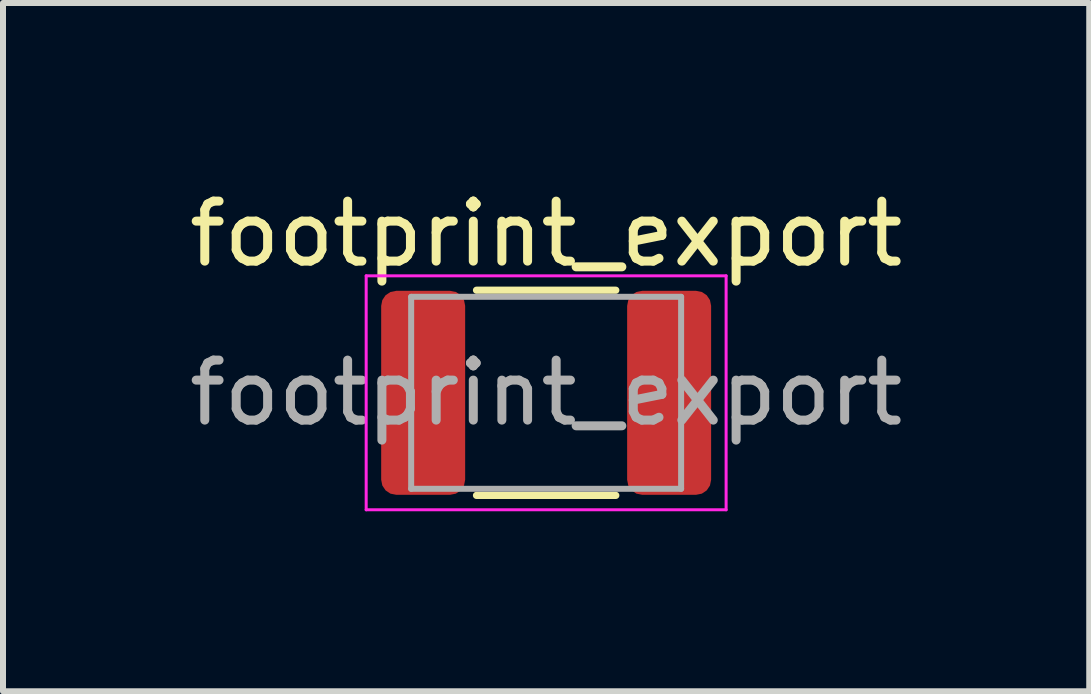
<source format=kicad_pcb>
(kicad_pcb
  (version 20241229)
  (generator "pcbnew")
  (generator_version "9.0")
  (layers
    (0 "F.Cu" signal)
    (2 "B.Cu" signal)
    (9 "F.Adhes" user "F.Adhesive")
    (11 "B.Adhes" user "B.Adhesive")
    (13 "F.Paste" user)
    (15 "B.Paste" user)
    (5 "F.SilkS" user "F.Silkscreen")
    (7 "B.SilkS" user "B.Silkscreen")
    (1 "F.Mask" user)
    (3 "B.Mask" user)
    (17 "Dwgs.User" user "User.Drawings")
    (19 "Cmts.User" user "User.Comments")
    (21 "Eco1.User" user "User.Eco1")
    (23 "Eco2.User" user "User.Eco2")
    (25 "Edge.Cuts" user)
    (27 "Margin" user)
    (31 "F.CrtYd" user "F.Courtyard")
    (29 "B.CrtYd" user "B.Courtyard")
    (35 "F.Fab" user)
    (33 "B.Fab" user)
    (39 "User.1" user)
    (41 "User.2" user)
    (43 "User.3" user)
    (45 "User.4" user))
  (footprint "footprint_export"
    (layer "F.Cu")
    (at 6.054 3.498)
    (property "Reference" "footprint_export" (at 0 -2.65 0) (layer "F.SilkS") (effects (font (size 1 1) (thickness 0.15))))
    (attr smd)
    (fp_line (start -1.161 -1.71) (end 1.161 -1.71) (stroke (width 0.12) (type solid)) (layer "F.SilkS"))
    (fp_line (start -1.161 1.71) (end 1.161 1.71) (stroke (width 0.12) (type solid)) (layer "F.SilkS"))
    (fp_line (start -3 -1.95) (end 3 -1.95) (stroke (width 0.05) (type solid)) (layer "F.CrtYd"))
    (fp_line (start -3 1.95) (end -3 -1.95) (stroke (width 0.05) (type solid)) (layer "F.CrtYd"))
    (fp_line (start 3 -1.95) (end 3 1.95) (stroke (width 0.05) (type solid)) (layer "F.CrtYd"))
    (fp_line (start 3 1.95) (end -3 1.95) (stroke (width 0.05) (type solid)) (layer "F.CrtYd"))
    (fp_line (start -2.25 -1.6) (end 2.25 -1.6) (stroke (width 0.1) (type solid)) (layer "F.Fab"))
    (fp_line (start -2.25 1.6) (end -2.25 -1.6) (stroke (width 0.1) (type solid)) (layer "F.Fab"))
    (fp_line (start 2.25 -1.6) (end 2.25 1.6) (stroke (width 0.1) (type solid)) (layer "F.Fab"))
    (fp_line (start 2.25 1.6) (end -2.25 1.6) (stroke (width 0.1) (type solid)) (layer "F.Fab"))
    (fp_text user "${REFERENCE}" (at 0 0 0) (layer "F.Fab") (effects (font (size 1 1) (thickness 0.15))))
    (pad "1" smd roundrect (at -2.05 0) (size 1.4 3.4) (layers "F.Cu" "F.Mask" "F.Paste") (roundrect_rratio 0.179))
    (pad "2" smd roundrect (at 2.05 0) (size 1.4 3.4) (layers "F.Cu" "F.Mask" "F.Paste") (roundrect_rratio 0.179)))
  (gr_rect
    (start -3 -3)
    (end 15.107 8.473)
    (stroke (width 0.1) (type default))
    (fill no)
    (layer "Edge.Cuts")))
</source>
